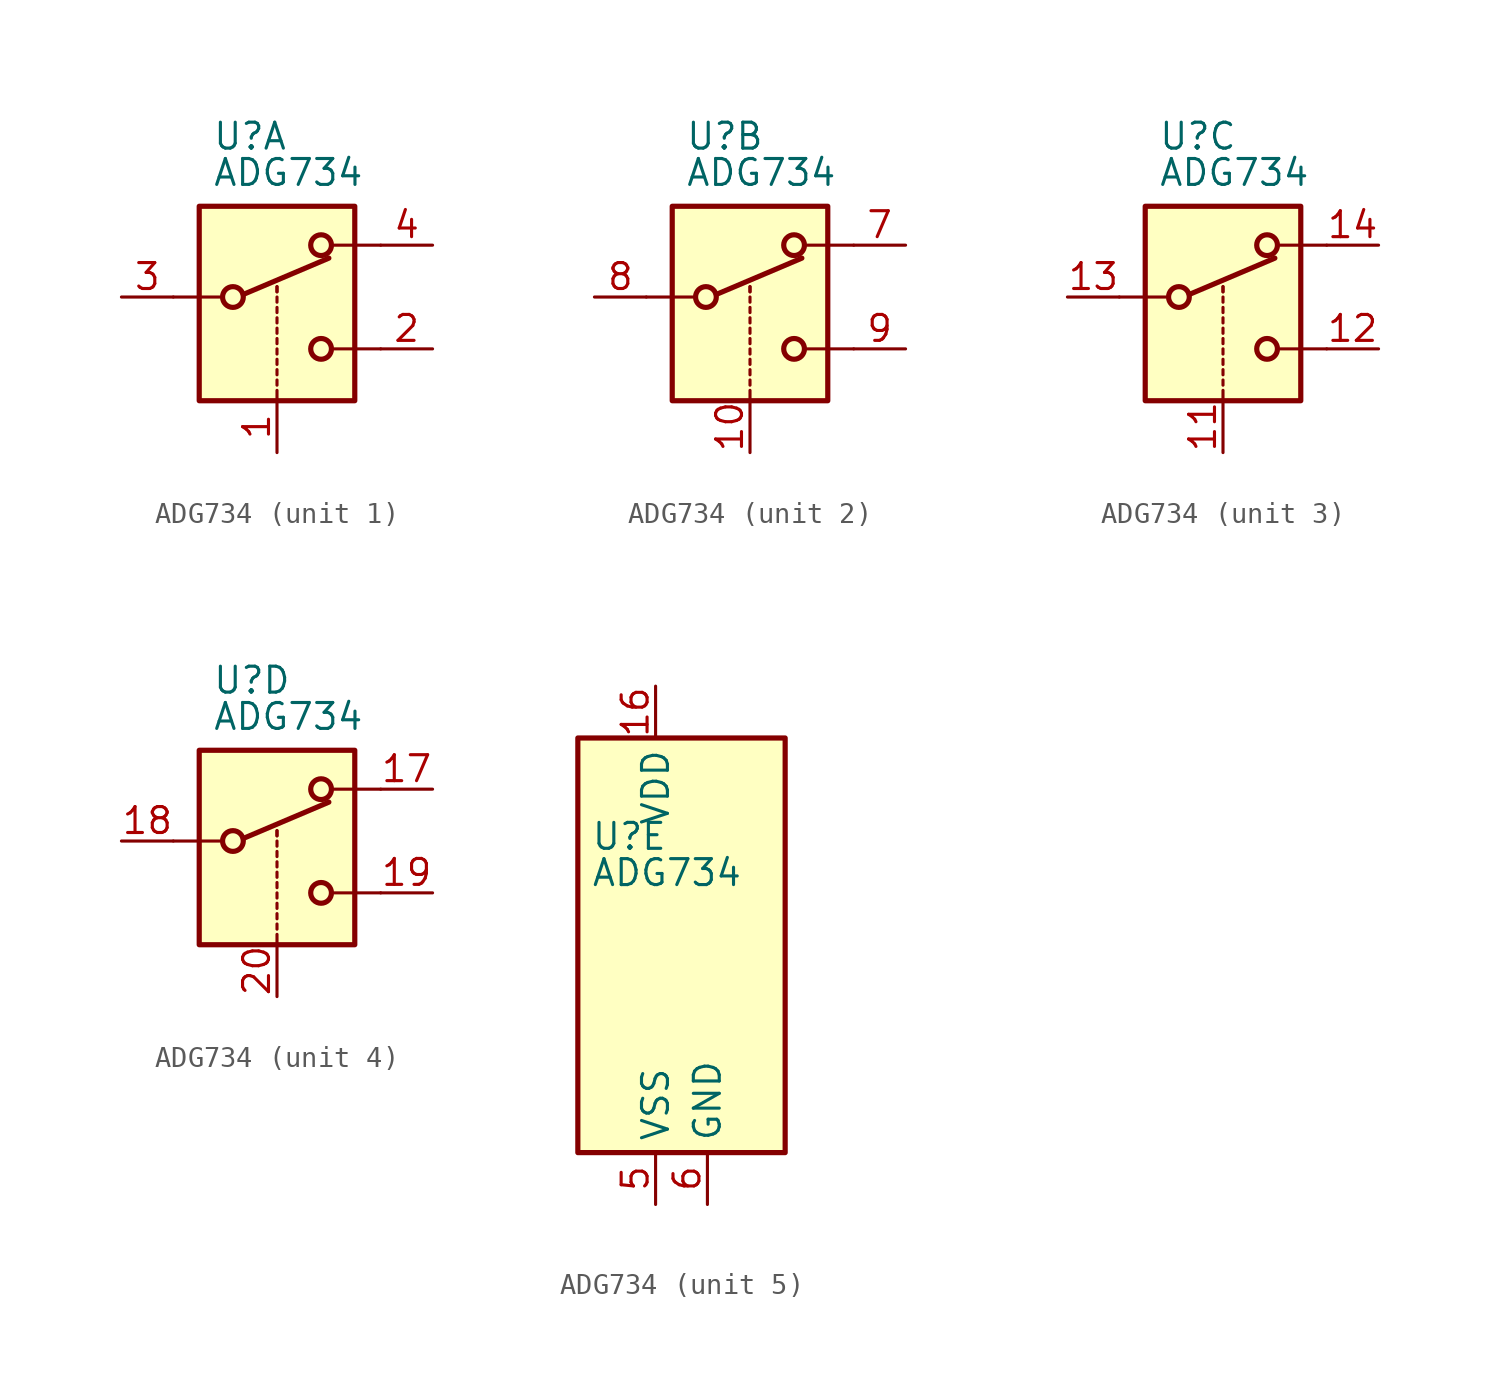
<source format=kicad_sym>
(kicad_symbol_lib
  (version 20220914)
  (generator kicad_symbol_editor)
  (symbol "ADG734"
    (property "Reference" "U"
      (at -3.175 5.334 0)
      (effects (font (size 1.27 1.27)) (justify left)))
    (property "Value" "ADG734"
      (at -3.175 3.556 0)
      (effects (font (size 1.27 1.27)) (justify left)))
    (symbol "ADG734_1_1"
      (rectangle (start -3.81 1.905) (end 3.81 -7.62) (stroke (width 0.254) (type default)) (fill (type background)))
      (circle (center -2.159 -2.54) (radius 0.508) (stroke (width 0.254) (type default)) (fill (type none)))
      (polyline (pts (xy -5.08 -2.54) (xy -2.794 -2.54)) (stroke (width 0) (type default)) (fill (type none)))
      (polyline (pts (xy -1.651 -2.413) (xy 2.54 -0.635)) (stroke (width 0.254) (type default)) (fill (type none)))
      (polyline (pts (xy 0 -7.62) (xy 0 -7.112)) (stroke (width 0) (type default)) (fill (type none)))
      (polyline (pts (xy 0 -6.858) (xy 0 -6.604)) (stroke (width 0) (type default)) (fill (type none)))
      (polyline (pts (xy 0 -6.35) (xy 0 -6.096)) (stroke (width 0) (type default)) (fill (type none)))
      (polyline (pts (xy 0 -5.842) (xy 0 -5.588)) (stroke (width 0) (type default)) (fill (type none)))
      (polyline (pts (xy 0 -5.334) (xy 0 -5.08)) (stroke (width 0) (type default)) (fill (type none)))
      (polyline (pts (xy 0 -4.826) (xy 0 -4.572)) (stroke (width 0) (type default)) (fill (type none)))
      (polyline (pts (xy 0 -4.318) (xy 0 -4.064)) (stroke (width 0) (type default)) (fill (type none)))
      (polyline (pts (xy 0 -3.81) (xy 0 -3.556)) (stroke (width 0) (type default)) (fill (type none)))
      (polyline (pts (xy 0 -3.302) (xy 0 -3.048)) (stroke (width 0) (type default)) (fill (type none)))
      (polyline (pts (xy 0 -2.794) (xy 0 -2.54)) (stroke (width 0) (type default)) (fill (type none)))
      (polyline (pts (xy 0 -2.286) (xy 0 -2.032)) (stroke (width 0) (type default)) (fill (type none)))
      (polyline (pts (xy 0 -2.286) (xy 0 -2.032)) (stroke (width 0) (type default)) (fill (type none)))
      (polyline (pts (xy 5.08 -5.08) (xy 2.794 -5.08)) (stroke (width 0) (type default)) (fill (type none)))
      (polyline (pts (xy 5.08 0) (xy 2.794 0)) (stroke (width 0) (type default)) (fill (type none)))
      (circle (center 2.159 -5.08) (radius 0.508) (stroke (width 0.254) (type default)) (fill (type none)))
      (circle (center 2.159 0) (radius 0.508) (stroke (width 0.254) (type default)) (fill (type none)))
      (pin input line (at 0 -10.16 90) (length 2.54) (name "~" (effects (font (size 1.27 1.27)))) (number "1" (effects (font (size 1.27 1.27)))))
      (pin passive line (at 7.62 -5.08 180) (length 2.54) (name "~" (effects (font (size 1.27 1.27)))) (number "2" (effects (font (size 1.27 1.27)))))
      (pin passive line (at -7.62 -2.54 0) (length 2.54) (name "~" (effects (font (size 1.27 1.27)))) (number "3" (effects (font (size 1.27 1.27)))))
      (pin passive line (at 7.62 0 180) (length 2.54) (name "~" (effects (font (size 1.27 1.27)))) (number "4" (effects (font (size 1.27 1.27))))))
    (symbol "ADG734_2_1"
      (rectangle (start -3.81 1.905) (end 3.81 -7.62) (stroke (width 0.254) (type default)) (fill (type background)))
      (circle (center -2.159 -2.54) (radius 0.508) (stroke (width 0.254) (type default)) (fill (type none)))
      (polyline (pts (xy -5.08 -2.54) (xy -2.794 -2.54)) (stroke (width 0) (type default)) (fill (type none)))
      (polyline (pts (xy -1.651 -2.413) (xy 2.54 -0.635)) (stroke (width 0.254) (type default)) (fill (type none)))
      (polyline (pts (xy 0 -7.62) (xy 0 -7.112)) (stroke (width 0) (type default)) (fill (type none)))
      (polyline (pts (xy 0 -6.858) (xy 0 -6.604)) (stroke (width 0) (type default)) (fill (type none)))
      (polyline (pts (xy 0 -6.35) (xy 0 -6.096)) (stroke (width 0) (type default)) (fill (type none)))
      (polyline (pts (xy 0 -5.842) (xy 0 -5.588)) (stroke (width 0) (type default)) (fill (type none)))
      (polyline (pts (xy 0 -5.334) (xy 0 -5.08)) (stroke (width 0) (type default)) (fill (type none)))
      (polyline (pts (xy 0 -4.826) (xy 0 -4.572)) (stroke (width 0) (type default)) (fill (type none)))
      (polyline (pts (xy 0 -4.318) (xy 0 -4.064)) (stroke (width 0) (type default)) (fill (type none)))
      (polyline (pts (xy 0 -3.81) (xy 0 -3.556)) (stroke (width 0) (type default)) (fill (type none)))
      (polyline (pts (xy 0 -3.302) (xy 0 -3.048)) (stroke (width 0) (type default)) (fill (type none)))
      (polyline (pts (xy 0 -2.794) (xy 0 -2.54)) (stroke (width 0) (type default)) (fill (type none)))
      (polyline (pts (xy 0 -2.286) (xy 0 -2.032)) (stroke (width 0) (type default)) (fill (type none)))
      (polyline (pts (xy 0 -2.286) (xy 0 -2.032)) (stroke (width 0) (type default)) (fill (type none)))
      (polyline (pts (xy 5.08 -5.08) (xy 2.794 -5.08)) (stroke (width 0) (type default)) (fill (type none)))
      (polyline (pts (xy 5.08 0) (xy 2.794 0)) (stroke (width 0) (type default)) (fill (type none)))
      (circle (center 2.159 -5.08) (radius 0.508) (stroke (width 0.254) (type default)) (fill (type none)))
      (circle (center 2.159 0) (radius 0.508) (stroke (width 0.254) (type default)) (fill (type none)))
      (pin input line (at 0 -10.16 90) (length 2.54) (name "~" (effects (font (size 1.27 1.27)))) (number "10" (effects (font (size 1.27 1.27)))))
      (pin passive line (at 7.62 0 180) (length 2.54) (name "~" (effects (font (size 1.27 1.27)))) (number "7" (effects (font (size 1.27 1.27)))))
      (pin passive line (at -7.62 -2.54 0) (length 2.54) (name "~" (effects (font (size 1.27 1.27)))) (number "8" (effects (font (size 1.27 1.27)))))
      (pin passive line (at 7.62 -5.08 180) (length 2.54) (name "~" (effects (font (size 1.27 1.27)))) (number "9" (effects (font (size 1.27 1.27))))))
    (symbol "ADG734_3_1"
      (rectangle (start -3.81 1.905) (end 3.81 -7.62) (stroke (width 0.254) (type default)) (fill (type background)))
      (circle (center -2.159 -2.54) (radius 0.508) (stroke (width 0.254) (type default)) (fill (type none)))
      (polyline (pts (xy -5.08 -2.54) (xy -2.794 -2.54)) (stroke (width 0) (type default)) (fill (type none)))
      (polyline (pts (xy -1.651 -2.413) (xy 2.54 -0.635)) (stroke (width 0.254) (type default)) (fill (type none)))
      (polyline (pts (xy 0 -7.62) (xy 0 -7.112)) (stroke (width 0) (type default)) (fill (type none)))
      (polyline (pts (xy 0 -6.858) (xy 0 -6.604)) (stroke (width 0) (type default)) (fill (type none)))
      (polyline (pts (xy 0 -6.35) (xy 0 -6.096)) (stroke (width 0) (type default)) (fill (type none)))
      (polyline (pts (xy 0 -5.842) (xy 0 -5.588)) (stroke (width 0) (type default)) (fill (type none)))
      (polyline (pts (xy 0 -5.334) (xy 0 -5.08)) (stroke (width 0) (type default)) (fill (type none)))
      (polyline (pts (xy 0 -4.826) (xy 0 -4.572)) (stroke (width 0) (type default)) (fill (type none)))
      (polyline (pts (xy 0 -4.318) (xy 0 -4.064)) (stroke (width 0) (type default)) (fill (type none)))
      (polyline (pts (xy 0 -3.81) (xy 0 -3.556)) (stroke (width 0) (type default)) (fill (type none)))
      (polyline (pts (xy 0 -3.302) (xy 0 -3.048)) (stroke (width 0) (type default)) (fill (type none)))
      (polyline (pts (xy 0 -2.794) (xy 0 -2.54)) (stroke (width 0) (type default)) (fill (type none)))
      (polyline (pts (xy 0 -2.286) (xy 0 -2.032)) (stroke (width 0) (type default)) (fill (type none)))
      (polyline (pts (xy 0 -2.286) (xy 0 -2.032)) (stroke (width 0) (type default)) (fill (type none)))
      (polyline (pts (xy 5.08 -5.08) (xy 2.794 -5.08)) (stroke (width 0) (type default)) (fill (type none)))
      (polyline (pts (xy 5.08 0) (xy 2.794 0)) (stroke (width 0) (type default)) (fill (type none)))
      (circle (center 2.159 -5.08) (radius 0.508) (stroke (width 0.254) (type default)) (fill (type none)))
      (circle (center 2.159 0) (radius 0.508) (stroke (width 0.254) (type default)) (fill (type none)))
      (pin input line (at 0 -10.16 90) (length 2.54) (name "~" (effects (font (size 1.27 1.27)))) (number "11" (effects (font (size 1.27 1.27)))))
      (pin passive line (at 7.62 -5.08 180) (length 2.54) (name "~" (effects (font (size 1.27 1.27)))) (number "12" (effects (font (size 1.27 1.27)))))
      (pin passive line (at -7.62 -2.54 0) (length 2.54) (name "~" (effects (font (size 1.27 1.27)))) (number "13" (effects (font (size 1.27 1.27)))))
      (pin passive line (at 7.62 0 180) (length 2.54) (name "~" (effects (font (size 1.27 1.27)))) (number "14" (effects (font (size 1.27 1.27))))))
    (symbol "ADG734_4_1"
      (rectangle (start -3.81 1.905) (end 3.81 -7.62) (stroke (width 0.254) (type default)) (fill (type background)))
      (circle (center -2.159 -2.54) (radius 0.508) (stroke (width 0.254) (type default)) (fill (type none)))
      (polyline (pts (xy -5.08 -2.54) (xy -2.794 -2.54)) (stroke (width 0) (type default)) (fill (type none)))
      (polyline (pts (xy -1.651 -2.413) (xy 2.54 -0.635)) (stroke (width 0.254) (type default)) (fill (type none)))
      (polyline (pts (xy 0 -7.62) (xy 0 -7.112)) (stroke (width 0) (type default)) (fill (type none)))
      (polyline (pts (xy 0 -6.858) (xy 0 -6.604)) (stroke (width 0) (type default)) (fill (type none)))
      (polyline (pts (xy 0 -6.35) (xy 0 -6.096)) (stroke (width 0) (type default)) (fill (type none)))
      (polyline (pts (xy 0 -5.842) (xy 0 -5.588)) (stroke (width 0) (type default)) (fill (type none)))
      (polyline (pts (xy 0 -5.334) (xy 0 -5.08)) (stroke (width 0) (type default)) (fill (type none)))
      (polyline (pts (xy 0 -4.826) (xy 0 -4.572)) (stroke (width 0) (type default)) (fill (type none)))
      (polyline (pts (xy 0 -4.318) (xy 0 -4.064)) (stroke (width 0) (type default)) (fill (type none)))
      (polyline (pts (xy 0 -3.81) (xy 0 -3.556)) (stroke (width 0) (type default)) (fill (type none)))
      (polyline (pts (xy 0 -3.302) (xy 0 -3.048)) (stroke (width 0) (type default)) (fill (type none)))
      (polyline (pts (xy 0 -2.794) (xy 0 -2.54)) (stroke (width 0) (type default)) (fill (type none)))
      (polyline (pts (xy 0 -2.286) (xy 0 -2.032)) (stroke (width 0) (type default)) (fill (type none)))
      (polyline (pts (xy 0 -2.286) (xy 0 -2.032)) (stroke (width 0) (type default)) (fill (type none)))
      (polyline (pts (xy 5.08 -5.08) (xy 2.794 -5.08)) (stroke (width 0) (type default)) (fill (type none)))
      (polyline (pts (xy 5.08 0) (xy 2.794 0)) (stroke (width 0) (type default)) (fill (type none)))
      (circle (center 2.159 -5.08) (radius 0.508) (stroke (width 0.254) (type default)) (fill (type none)))
      (circle (center 2.159 0) (radius 0.508) (stroke (width 0.254) (type default)) (fill (type none)))
      (pin passive line (at 7.62 0 180) (length 2.54) (name "~" (effects (font (size 1.27 1.27)))) (number "17" (effects (font (size 1.27 1.27)))))
      (pin passive line (at -7.62 -2.54 0) (length 2.54) (name "~" (effects (font (size 1.27 1.27)))) (number "18" (effects (font (size 1.27 1.27)))))
      (pin passive line (at 7.62 -5.08 180) (length 2.54) (name "~" (effects (font (size 1.27 1.27)))) (number "19" (effects (font (size 1.27 1.27)))))
      (pin input line (at 0 -10.16 90) (length 2.54) (name "~" (effects (font (size 1.27 1.27)))) (number "20" (effects (font (size 1.27 1.27))))))
    (symbol "ADG734_5_0"
      (pin no_connect line (at 2.54 10.16 270) (length 2.54) hide (name "NC" (effects (font (size 1.27 1.27)))) (number "15" (effects (font (size 1.27 1.27)))))
      (pin power_in line (at 0 12.7 270) (length 2.54) (name "VDD" (effects (font (size 1.27 1.27)))) (number "16" (effects (font (size 1.27 1.27)))))
      (pin power_in line (at 0 -12.7 90) (length 2.54) (name "VSS" (effects (font (size 1.27 1.27)))) (number "5" (effects (font (size 1.27 1.27)))))
      (pin power_in line (at 2.54 -12.7 90) (length 2.54) (name "GND" (effects (font (size 1.27 1.27)))) (number "6" (effects (font (size 1.27 1.27))))))
    (symbol "ADG734_5_1"
      (rectangle (start -3.81 10.16) (end 6.35 -10.16) (stroke (width 0.254) (type default)) (fill (type background))))))
</source>
